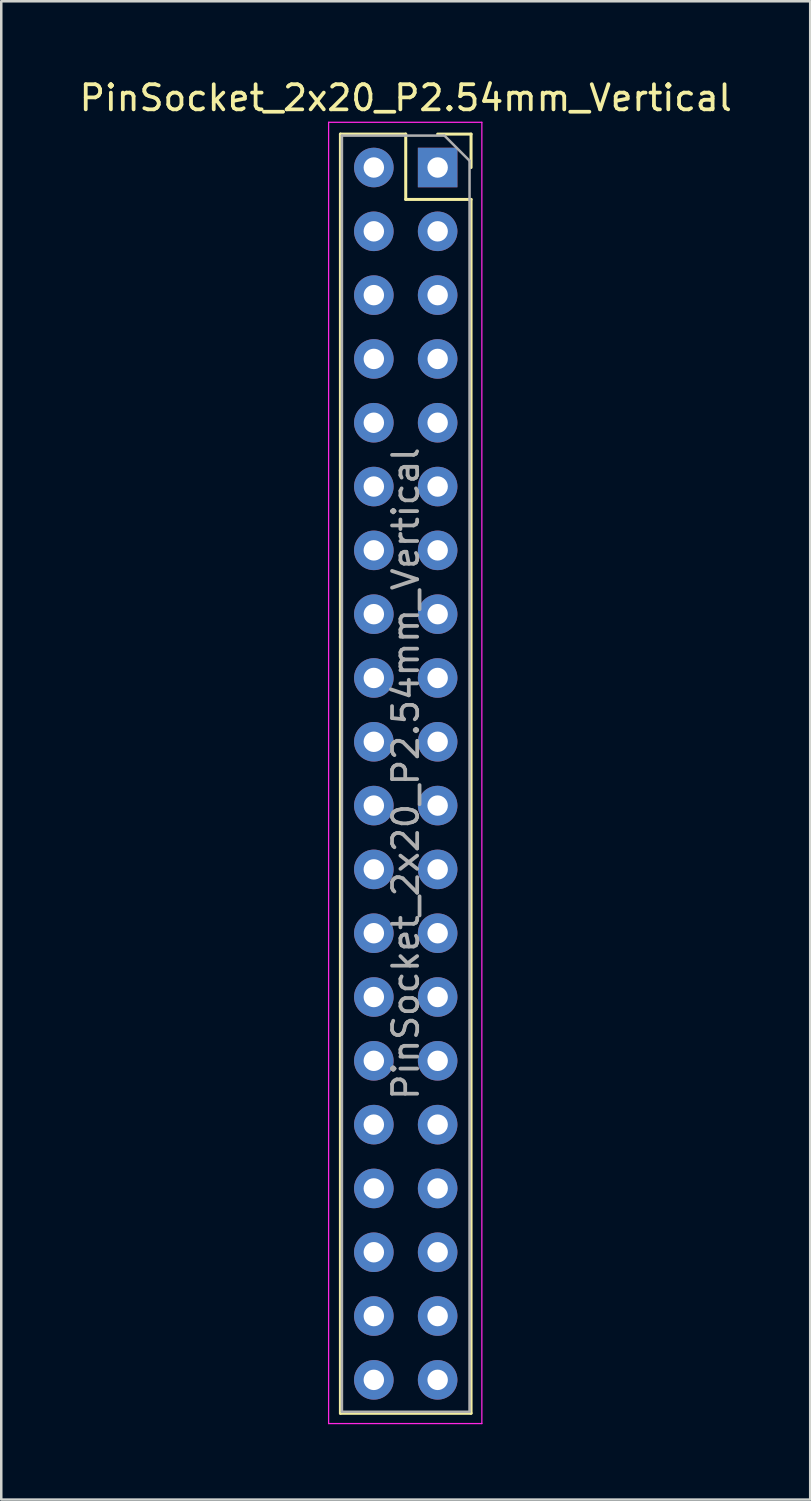
<source format=kicad_pcb>
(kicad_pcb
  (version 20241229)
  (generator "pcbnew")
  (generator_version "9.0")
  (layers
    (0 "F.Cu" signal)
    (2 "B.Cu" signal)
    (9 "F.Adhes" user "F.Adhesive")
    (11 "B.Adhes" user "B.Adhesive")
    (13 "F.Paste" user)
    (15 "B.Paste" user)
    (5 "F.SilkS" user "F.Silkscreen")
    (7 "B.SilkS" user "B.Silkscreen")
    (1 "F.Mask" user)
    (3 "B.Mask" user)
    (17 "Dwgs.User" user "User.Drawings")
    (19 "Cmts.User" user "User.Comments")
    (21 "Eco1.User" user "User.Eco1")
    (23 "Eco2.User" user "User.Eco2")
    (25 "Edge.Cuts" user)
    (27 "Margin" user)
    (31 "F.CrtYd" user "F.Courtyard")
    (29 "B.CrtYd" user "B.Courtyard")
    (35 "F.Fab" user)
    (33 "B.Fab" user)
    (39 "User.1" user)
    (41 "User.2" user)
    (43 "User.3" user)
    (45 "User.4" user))
  (footprint "PinSocket_2x20_P2.54mm_Vertical"
    (layer "F.Cu")
    (at 14.371 3.618)
    (property "Reference" "PinSocket_2x20_P2.54mm_Vertical" (at -1.27 -2.77 0) (layer "F.SilkS") (effects (font (size 1 1) (thickness 0.15))))
    (attr through_hole)
    (fp_line (start -3.87 -1.33) (end -3.87 49.59) (stroke (width 0.12) (type solid)) (layer "F.SilkS"))
    (fp_line (start -3.87 -1.33) (end -1.27 -1.33) (stroke (width 0.12) (type solid)) (layer "F.SilkS"))
    (fp_line (start -3.87 49.59) (end 1.33 49.59) (stroke (width 0.12) (type solid)) (layer "F.SilkS"))
    (fp_line (start -1.27 -1.33) (end -1.27 1.27) (stroke (width 0.12) (type solid)) (layer "F.SilkS"))
    (fp_line (start -1.27 1.27) (end 1.33 1.27) (stroke (width 0.12) (type solid)) (layer "F.SilkS"))
    (fp_line (start 0 -1.33) (end 1.33 -1.33) (stroke (width 0.12) (type solid)) (layer "F.SilkS"))
    (fp_line (start 1.33 -1.33) (end 1.33 0) (stroke (width 0.12) (type solid)) (layer "F.SilkS"))
    (fp_line (start 1.33 1.27) (end 1.33 49.59) (stroke (width 0.12) (type solid)) (layer "F.SilkS"))
    (fp_line (start -4.34 -1.8) (end 1.76 -1.8) (stroke (width 0.05) (type solid)) (layer "F.CrtYd"))
    (fp_line (start -4.34 50) (end -4.34 -1.8) (stroke (width 0.05) (type solid)) (layer "F.CrtYd"))
    (fp_line (start 1.76 -1.8) (end 1.76 50) (stroke (width 0.05) (type solid)) (layer "F.CrtYd"))
    (fp_line (start 1.76 50) (end -4.34 50) (stroke (width 0.05) (type solid)) (layer "F.CrtYd"))
    (fp_line (start -3.81 -1.27) (end 0.27 -1.27) (stroke (width 0.1) (type solid)) (layer "F.Fab"))
    (fp_line (start -3.81 49.53) (end -3.81 -1.27) (stroke (width 0.1) (type solid)) (layer "F.Fab"))
    (fp_line (start 0.27 -1.27) (end 1.27 -0.27) (stroke (width 0.1) (type solid)) (layer "F.Fab"))
    (fp_line (start 1.27 -0.27) (end 1.27 49.53) (stroke (width 0.1) (type solid)) (layer "F.Fab"))
    (fp_line (start 1.27 49.53) (end -3.81 49.53) (stroke (width 0.1) (type solid)) (layer "F.Fab"))
    (fp_text user "${REFERENCE}" (at -1.27 24.13 90) (layer "F.Fab") (effects (font (size 1 1) (thickness 0.15))))
    (pad "1" thru_hole rect (at 0 0) (size 1.575 1.575) (drill 0.813) (layers "*.Cu" "*.Mask"))
    (pad "2" thru_hole oval (at -2.54 0) (size 1.575 1.575) (drill 0.813) (layers "*.Cu" "*.Mask"))
    (pad "3" thru_hole oval (at 0 2.54) (size 1.575 1.575) (drill 0.813) (layers "*.Cu" "*.Mask"))
    (pad "4" thru_hole oval (at -2.54 2.54) (size 1.575 1.575) (drill 0.813) (layers "*.Cu" "*.Mask"))
    (pad "5" thru_hole oval (at 0 5.08) (size 1.575 1.575) (drill 0.813) (layers "*.Cu" "*.Mask"))
    (pad "6" thru_hole oval (at -2.54 5.08) (size 1.575 1.575) (drill 0.813) (layers "*.Cu" "*.Mask"))
    (pad "7" thru_hole oval (at 0 7.62) (size 1.575 1.575) (drill 0.813) (layers "*.Cu" "*.Mask"))
    (pad "8" thru_hole oval (at -2.54 7.62) (size 1.575 1.575) (drill 0.813) (layers "*.Cu" "*.Mask"))
    (pad "9" thru_hole oval (at 0 10.16) (size 1.575 1.575) (drill 0.813) (layers "*.Cu" "*.Mask"))
    (pad "10" thru_hole oval (at -2.54 10.16) (size 1.575 1.575) (drill 0.813) (layers "*.Cu" "*.Mask"))
    (pad "11" thru_hole oval (at 0 12.7) (size 1.575 1.575) (drill 0.813) (layers "*.Cu" "*.Mask"))
    (pad "12" thru_hole oval (at -2.54 12.7) (size 1.575 1.575) (drill 0.813) (layers "*.Cu" "*.Mask"))
    (pad "13" thru_hole oval (at 0 15.24) (size 1.575 1.575) (drill 0.813) (layers "*.Cu" "*.Mask"))
    (pad "14" thru_hole oval (at -2.54 15.24) (size 1.575 1.575) (drill 0.813) (layers "*.Cu" "*.Mask"))
    (pad "15" thru_hole oval (at 0 17.78) (size 1.575 1.575) (drill 0.813) (layers "*.Cu" "*.Mask"))
    (pad "16" thru_hole oval (at -2.54 17.78) (size 1.575 1.575) (drill 0.813) (layers "*.Cu" "*.Mask"))
    (pad "17" thru_hole oval (at 0 20.32) (size 1.575 1.575) (drill 0.813) (layers "*.Cu" "*.Mask"))
    (pad "18" thru_hole oval (at -2.54 20.32) (size 1.575 1.575) (drill 0.813) (layers "*.Cu" "*.Mask"))
    (pad "19" thru_hole oval (at 0 22.86) (size 1.575 1.575) (drill 0.813) (layers "*.Cu" "*.Mask"))
    (pad "20" thru_hole oval (at -2.54 22.86) (size 1.575 1.575) (drill 0.813) (layers "*.Cu" "*.Mask"))
    (pad "21" thru_hole oval (at 0 25.4) (size 1.575 1.575) (drill 0.813) (layers "*.Cu" "*.Mask"))
    (pad "22" thru_hole oval (at -2.54 25.4) (size 1.575 1.575) (drill 0.813) (layers "*.Cu" "*.Mask"))
    (pad "23" thru_hole oval (at 0 27.94) (size 1.575 1.575) (drill 0.813) (layers "*.Cu" "*.Mask"))
    (pad "24" thru_hole oval (at -2.54 27.94) (size 1.575 1.575) (drill 0.813) (layers "*.Cu" "*.Mask"))
    (pad "25" thru_hole oval (at 0 30.48) (size 1.575 1.575) (drill 0.813) (layers "*.Cu" "*.Mask"))
    (pad "26" thru_hole oval (at -2.54 30.48) (size 1.575 1.575) (drill 0.813) (layers "*.Cu" "*.Mask"))
    (pad "27" thru_hole oval (at 0 33.02) (size 1.575 1.575) (drill 0.813) (layers "*.Cu" "*.Mask"))
    (pad "28" thru_hole oval (at -2.54 33.02) (size 1.575 1.575) (drill 0.813) (layers "*.Cu" "*.Mask"))
    (pad "29" thru_hole oval (at 0 35.56) (size 1.575 1.575) (drill 0.813) (layers "*.Cu" "*.Mask"))
    (pad "30" thru_hole oval (at -2.54 35.56) (size 1.575 1.575) (drill 0.813) (layers "*.Cu" "*.Mask"))
    (pad "31" thru_hole oval (at 0 38.1) (size 1.575 1.575) (drill 0.813) (layers "*.Cu" "*.Mask"))
    (pad "32" thru_hole oval (at -2.54 38.1) (size 1.575 1.575) (drill 0.813) (layers "*.Cu" "*.Mask"))
    (pad "33" thru_hole oval (at 0 40.64) (size 1.575 1.575) (drill 0.813) (layers "*.Cu" "*.Mask"))
    (pad "34" thru_hole oval (at -2.54 40.64) (size 1.575 1.575) (drill 0.813) (layers "*.Cu" "*.Mask"))
    (pad "35" thru_hole oval (at 0 43.18) (size 1.575 1.575) (drill 0.813) (layers "*.Cu" "*.Mask"))
    (pad "36" thru_hole oval (at -2.54 43.18) (size 1.575 1.575) (drill 0.813) (layers "*.Cu" "*.Mask"))
    (pad "37" thru_hole oval (at 0 45.72) (size 1.575 1.575) (drill 0.813) (layers "*.Cu" "*.Mask"))
    (pad "38" thru_hole oval (at -2.54 45.72) (size 1.575 1.575) (drill 0.813) (layers "*.Cu" "*.Mask"))
    (pad "39" thru_hole oval (at 0 48.26) (size 1.575 1.575) (drill 0.813) (layers "*.Cu" "*.Mask"))
    (pad "40" thru_hole oval (at -2.54 48.26) (size 1.575 1.575) (drill 0.813) (layers "*.Cu" "*.Mask")))
  (gr_rect
    (start -3 -3)
    (end 29.202 56.643)
    (stroke (width 0.1) (type default))
    (fill no)
    (layer "Edge.Cuts")))
</source>
